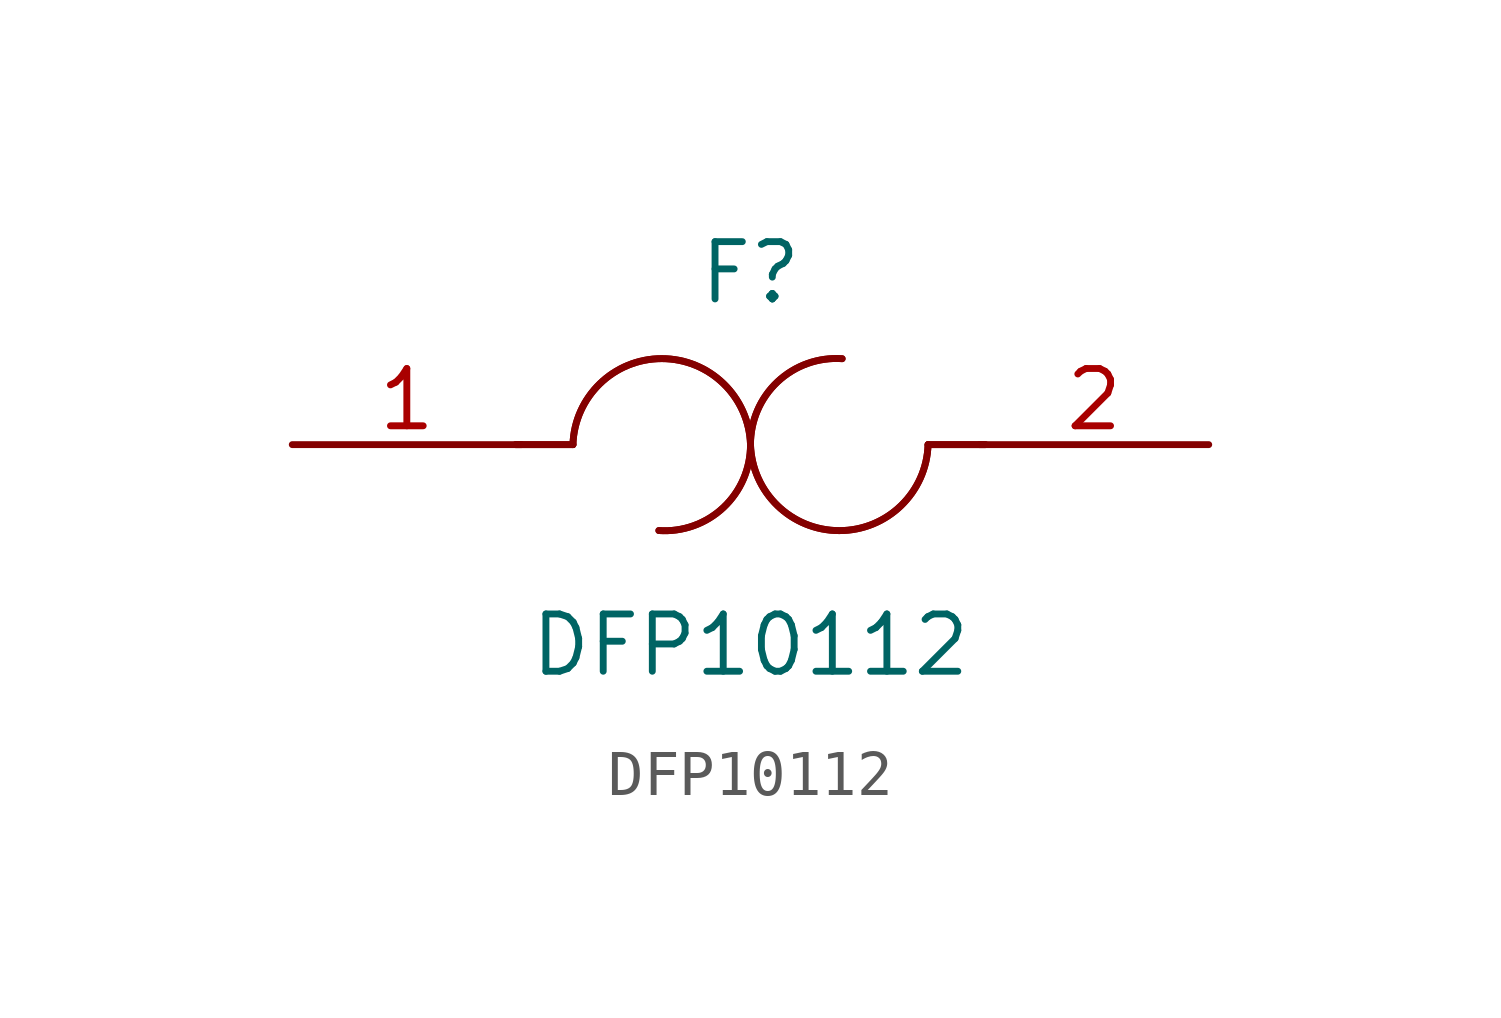
<source format=kicad_sym>
(kicad_symbol_lib
  (version 20220914)
  (generator kicad_symbol_editor)
  (symbol "DFP10112"
    (pin_names
      (offset 0))
    (property "Reference" "F"
      (at 0 3.81 0)
      (effects (font (size 1.27 1.27))))
    (property "Value" "DFP10112"
      (at 0 -4.445 0)
      (effects (font (size 1.27 1.27))))
    (symbol "DFP10112_0_1"
      (arc (start -2.032 -1.905) (mid -0.6006 -1.3942) (end 0 0) (stroke (width 0) (type solid)) (fill (type none)))
      (arc (start -2.032 -1.905) (mid -0.6006 -1.3942) (end 0 0) (stroke (width 0) (type solid)) (fill (type none)))
      (arc (start 0 0) (mid -1.9561 1.9057) (end -3.937 0) (stroke (width 0) (type solid)) (fill (type none)))
      (arc (start 0 0) (mid -1.9561 1.9057) (end -3.937 0) (stroke (width 0) (type solid)) (fill (type none)))
      (polyline (pts (xy -3.937 0) (xy -5.207 0)) (stroke (width 0) (type solid)) (fill (type none)))
      (polyline (pts (xy -3.937 0) (xy -5.207 0)) (stroke (width 0) (type solid)) (fill (type none)))
      (polyline (pts (xy 3.937 0) (xy 5.207 0)) (stroke (width 0) (type solid)) (fill (type none)))
      (polyline (pts (xy 3.937 0) (xy 5.207 0)) (stroke (width 0) (type solid)) (fill (type none)))
      (arc (start 0 0) (mid 1.9561 -1.9057) (end 3.937 0) (stroke (width 0) (type solid)) (fill (type none)))
      (arc (start 0 0) (mid 1.9561 -1.9057) (end 3.937 0) (stroke (width 0) (type solid)) (fill (type none)))
      (arc (start 2.032 1.905) (mid 0.6006 1.3942) (end 0 0) (stroke (width 0) (type solid)) (fill (type none)))
      (arc (start 2.032 1.905) (mid 0.6006 1.3942) (end 0 0) (stroke (width 0) (type solid)) (fill (type none))))
    (symbol "DFP10112_1_1"
      (pin passive line (at -10.16 0 0) (length 5.08) (name "~" (effects (font (size 1.27 1.27)))) (number "1" (effects (font (size 1.27 1.27)))))
      (pin passive line (at 10.16 0 180) (length 5.08) (name "~" (effects (font (size 1.27 1.27)))) (number "2" (effects (font (size 1.27 1.27))))))))
</source>
